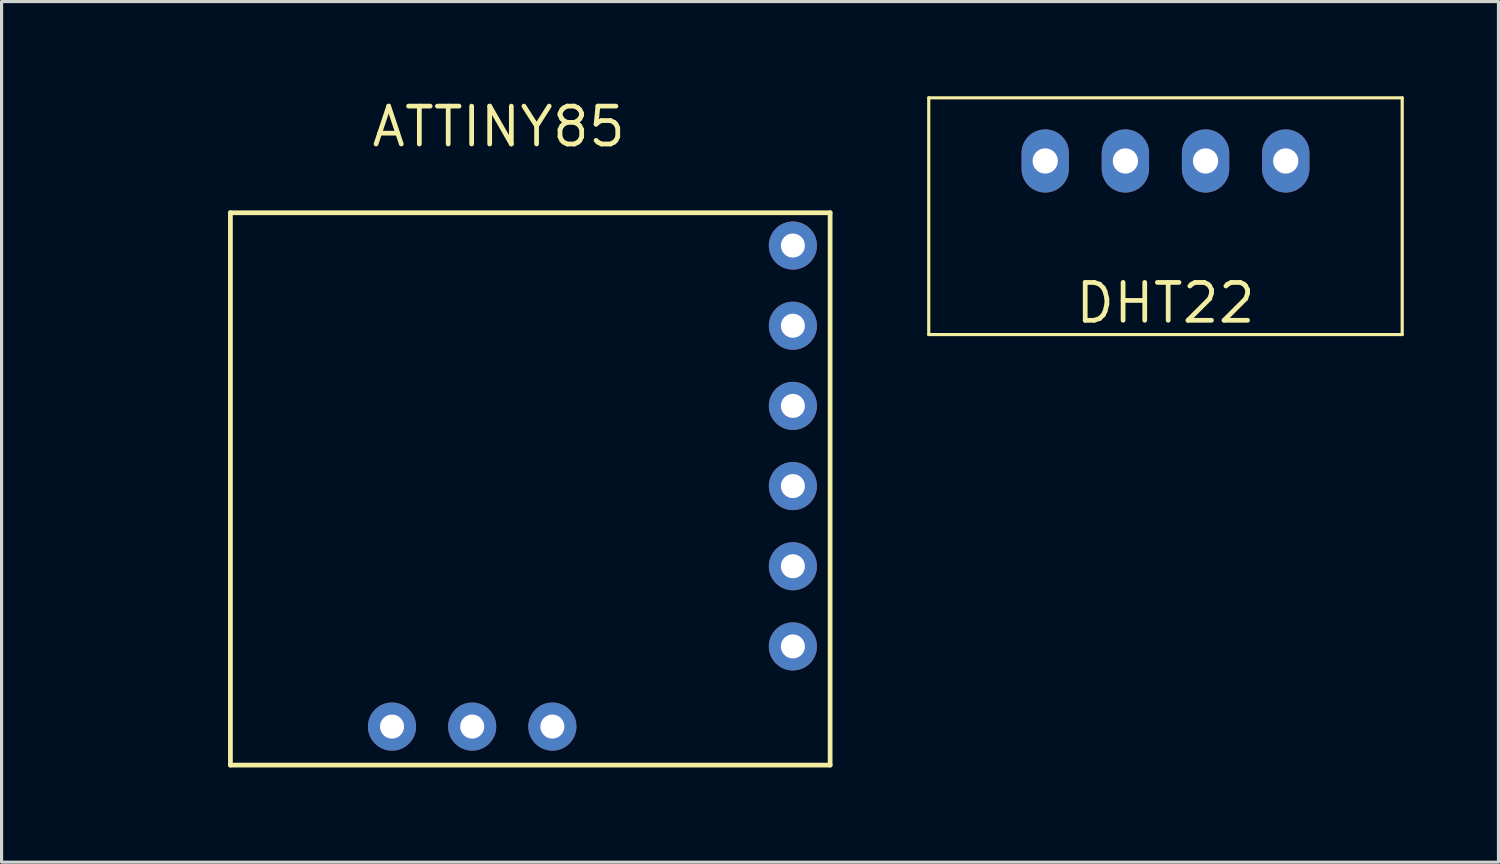
<source format=kicad_pcb>
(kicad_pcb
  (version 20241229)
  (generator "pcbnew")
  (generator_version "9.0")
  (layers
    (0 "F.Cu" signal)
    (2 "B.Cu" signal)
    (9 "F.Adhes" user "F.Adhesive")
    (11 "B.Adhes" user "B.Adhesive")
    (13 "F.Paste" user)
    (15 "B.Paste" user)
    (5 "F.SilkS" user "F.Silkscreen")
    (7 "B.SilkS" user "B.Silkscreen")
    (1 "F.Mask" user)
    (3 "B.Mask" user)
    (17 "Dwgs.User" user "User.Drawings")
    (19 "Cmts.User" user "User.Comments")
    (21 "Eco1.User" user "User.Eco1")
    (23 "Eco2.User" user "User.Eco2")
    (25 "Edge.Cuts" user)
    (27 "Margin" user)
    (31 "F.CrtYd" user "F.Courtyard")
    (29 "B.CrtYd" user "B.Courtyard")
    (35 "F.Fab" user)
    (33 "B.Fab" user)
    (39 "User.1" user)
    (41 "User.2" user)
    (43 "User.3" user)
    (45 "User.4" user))
  (footprint "ATTINY85"
    (layer "F.Cu")
    (at 0.25 3.69)
    (property "Reference" "ATTINY85" (at 12.5 -2.725 0) (layer "F.SilkS") (effects (font (size 1.2 1.2) (thickness 0.15))))
    (attr through_hole)
    (fp_line (start 4 0) (end 23 0) (stroke (width 0.15) (type solid)) (layer "F.SilkS"))
    (fp_line (start 4 17.5) (end 4 0) (stroke (width 0.15) (type solid)) (layer "F.SilkS"))
    (fp_line (start 23 0) (end 23 17.5) (stroke (width 0.15) (type solid)) (layer "F.SilkS"))
    (fp_line (start 23 17.5) (end 4 17.5) (stroke (width 0.15) (type solid)) (layer "F.SilkS"))
    (pad "0" thru_hole circle (at 21.82 13.74) (size 1.524 1.524) (drill 0.762) (layers "*.Cu" "*.Mask"))
    (pad "1" thru_hole circle (at 21.82 11.2) (size 1.524 1.524) (drill 0.762) (layers "*.Cu" "*.Mask"))
    (pad "2" thru_hole circle (at 21.82 8.66) (size 1.524 1.524) (drill 0.762) (layers "*.Cu" "*.Mask"))
    (pad "3" thru_hole circle (at 21.82 6.12) (size 1.524 1.524) (drill 0.762) (layers "*.Cu" "*.Mask"))
    (pad "4" thru_hole circle (at 21.82 3.58) (size 1.524 1.524) (drill 0.762) (layers "*.Cu" "*.Mask"))
    (pad "5" thru_hole circle (at 21.82 1.04) (size 1.524 1.524) (drill 0.762) (layers "*.Cu" "*.Mask"))
    (pad "6" thru_hole circle (at 9.12 16.28) (size 1.524 1.524) (drill 0.762) (layers "*.Cu" "*.Mask"))
    (pad "7" thru_hole circle (at 11.66 16.28) (size 1.524 1.524) (drill 0.762) (layers "*.Cu" "*.Mask"))
    (pad "8" thru_hole circle (at 14.2 16.28) (size 1.524 1.524) (drill 0.762) (layers "*.Cu" "*.Mask")))
  (footprint "DHT22"
    (layer "F.Cu")
    (at 33.875 2.55)
    (property "Reference" "DHT22" (at 0 4 0) (layer "F.SilkS") (effects (font (size 1.2 1.2) (thickness 0.15))))
    (attr through_hole)
    (fp_line (start -7.5 -2.5) (end -7.5 5) (stroke (width 0.1) (type solid)) (layer "F.SilkS"))
    (fp_line (start -7.5 5) (end 7.5 5) (stroke (width 0.1) (type solid)) (layer "F.SilkS"))
    (fp_line (start 7.5 -2.5) (end -7.5 -2.5) (stroke (width 0.1) (type solid)) (layer "F.SilkS"))
    (fp_line (start 7.5 5) (end 7.5 -2.5) (stroke (width 0.1) (type solid)) (layer "F.SilkS"))
    (pad "1" thru_hole oval (at -3.81 -0.5) (size 1.5 2) (drill 0.8) (layers "*.Cu" "*.Mask"))
    (pad "2" thru_hole oval (at -1.27 -0.5) (size 1.5 2) (drill 0.8) (layers "*.Cu" "*.Mask"))
    (pad "3" thru_hole oval (at 1.27 -0.5) (size 1.5 2) (drill 0.8) (layers "*.Cu" "*.Mask"))
    (pad "4" thru_hole oval (at 3.81 -0.5) (size 1.5 2) (drill 0.8) (layers "*.Cu" "*.Mask")))
  (gr_rect
    (start -3 -3)
    (end 44.425 24.265)
    (stroke (width 0.1) (type default))
    (fill no)
    (layer "Edge.Cuts")))
</source>
